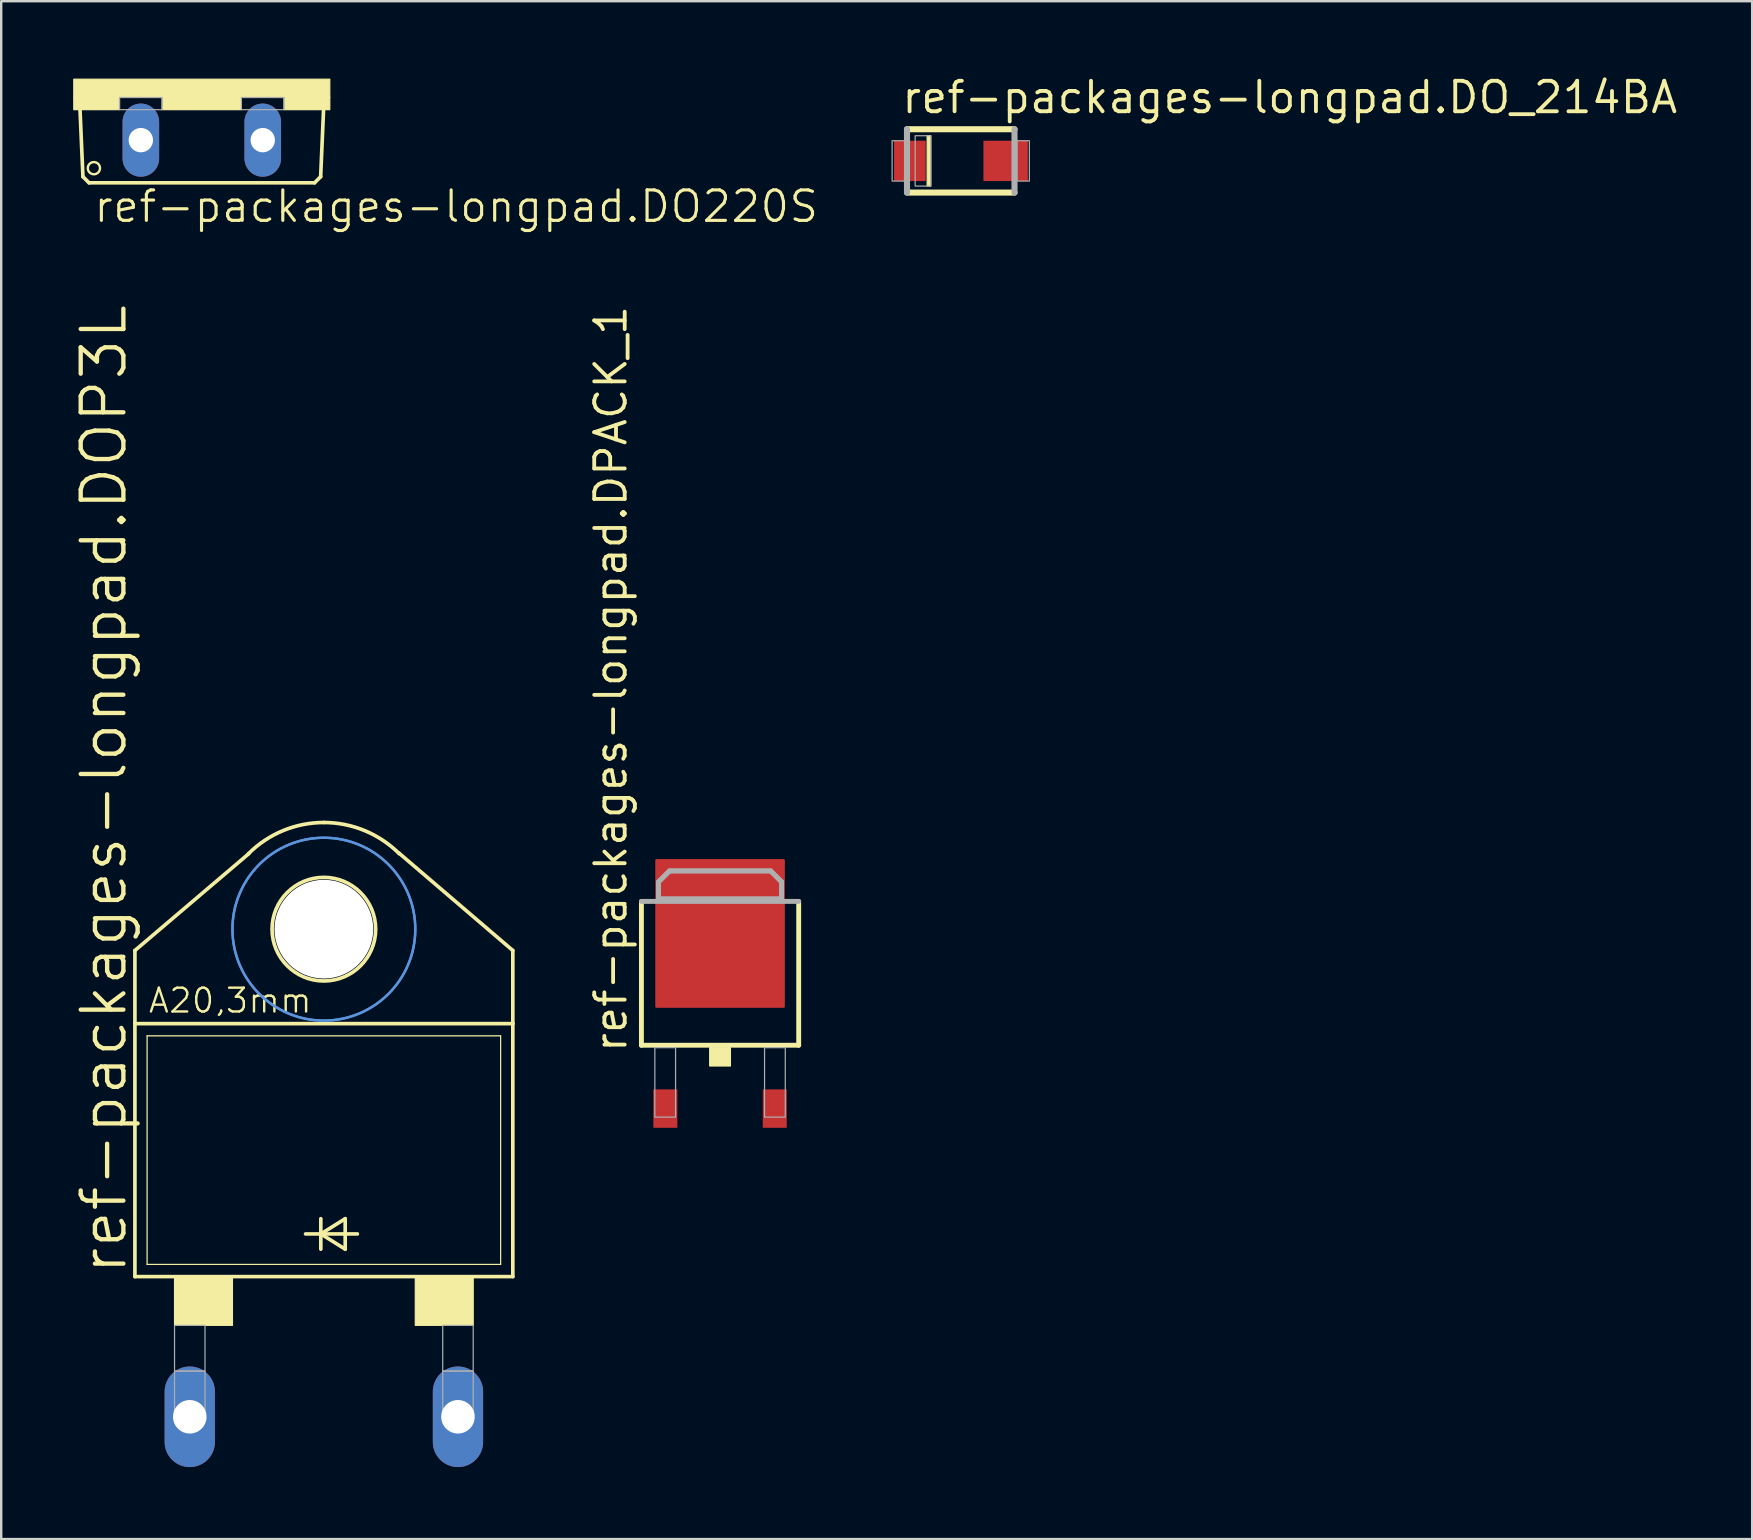
<source format=kicad_pcb>
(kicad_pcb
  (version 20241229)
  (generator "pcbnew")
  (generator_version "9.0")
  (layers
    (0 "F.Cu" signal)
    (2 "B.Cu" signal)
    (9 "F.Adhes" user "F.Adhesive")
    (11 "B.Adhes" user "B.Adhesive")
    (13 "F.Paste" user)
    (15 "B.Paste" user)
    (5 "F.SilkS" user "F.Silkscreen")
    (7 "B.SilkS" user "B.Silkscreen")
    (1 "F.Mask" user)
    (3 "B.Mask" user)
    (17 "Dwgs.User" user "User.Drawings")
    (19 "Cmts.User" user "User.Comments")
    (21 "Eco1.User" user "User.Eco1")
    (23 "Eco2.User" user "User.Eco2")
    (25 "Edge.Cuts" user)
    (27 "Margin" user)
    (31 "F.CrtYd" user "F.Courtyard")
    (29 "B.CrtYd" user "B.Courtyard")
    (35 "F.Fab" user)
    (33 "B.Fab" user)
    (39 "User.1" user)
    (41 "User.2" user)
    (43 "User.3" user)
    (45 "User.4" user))
  (footprint "ref-packages-longpad.DO_214BA"
    (layer "F.Cu")
    (at 36.986 3.655)
    (property "Reference" "ref-packages-longpad.DO_214BA" (at -2.54 -1.905 0) (layer "F.SilkS") (effects (font (size 1.27 1.27) (thickness 0.16)) (justify left bottom)))
    (attr smd)
    (fp_line (start -2.24 -1.32) (end 2.24 -1.32) (stroke (width 0.254) (type default)) (layer "F.SilkS"))
    (fp_line (start 2.24 1.32) (end -2.24 1.32) (stroke (width 0.254) (type default)) (layer "F.SilkS"))
    (fp_rect (start -1.4 1.05) (end -1.25 -1.05) (stroke (width 0.05) (type default)) (fill yes) (layer "F.SilkS"))
    (fp_line (start -2.24 1.32) (end -2.24 -1.32) (stroke (width 0.254) (type default)) (layer "F.Fab"))
    (fp_line (start 2.24 -1.32) (end 2.24 1.32) (stroke (width 0.254) (type default)) (layer "F.Fab"))
    (fp_rect (start -2.86 0.84) (end -2.32 -0.84) (stroke (width 0.05) (type default)) (fill no) (layer "F.Fab"))
    (fp_rect (start -1.9 1.05) (end -1.25 -1.05) (stroke (width 0.05) (type default)) (fill no) (layer "F.Fab"))
    (fp_rect (start 2.34 0.84) (end 2.86 -0.84) (stroke (width 0.05) (type default)) (fill no) (layer "F.Fab"))
    (pad "A" smd roundrect (at 1.87 0) (size 1.85 1.68) (layers "F.Cu" "F.Mask" "F.Paste") (roundrect_rratio 0.01))
    (pad "C" smd roundrect (at -2.12 0) (size 1.32 1.68) (layers "F.Cu" "F.Mask" "F.Paste") (roundrect_rratio 0.01)))
  (footprint "ref-packages-longpad.DPACK_1"
    (layer "F.Cu")
    (at 26.956 38.348)
    (property "Reference" "ref-packages-longpad.DPACK_1" (at -3.81 2.54 90) (layer "F.SilkS") (effects (font (size 1.27 1.27) (thickness 0.16)) (justify left bottom)))
    (attr smd)
    (fp_line (start -3.277 2.159) (end -3.277 -3.835) (stroke (width 0.203) (type default)) (layer "F.SilkS"))
    (fp_line (start 3.277 -3.835) (end 3.277 2.159) (stroke (width 0.203) (type default)) (layer "F.SilkS"))
    (fp_line (start 3.277 2.159) (end -3.277 2.159) (stroke (width 0.203) (type default)) (layer "F.SilkS"))
    (fp_rect (start -0.432 3.023) (end 0.432 2.261) (stroke (width 0.05) (type default)) (fill yes) (layer "F.SilkS"))
    (fp_line (start -3.277 -3.835) (end 3.277 -3.835) (stroke (width 0.203) (type default)) (layer "F.Fab"))
    (fp_line (start -2.565 -4.648) (end -2.108 -5.105) (stroke (width 0.203) (type default)) (layer "F.Fab"))
    (fp_line (start -2.565 -3.937) (end -2.565 -4.648) (stroke (width 0.203) (type default)) (layer "F.Fab"))
    (fp_line (start -2.108 -5.105) (end 2.108 -5.105) (stroke (width 0.203) (type default)) (layer "F.Fab"))
    (fp_line (start 2.108 -5.105) (end 2.565 -4.648) (stroke (width 0.203) (type default)) (layer "F.Fab"))
    (fp_line (start 2.565 -4.648) (end 2.565 -3.937) (stroke (width 0.203) (type default)) (layer "F.Fab"))
    (fp_line (start 2.565 -3.937) (end -2.565 -3.937) (stroke (width 0.203) (type default)) (layer "F.Fab"))
    (fp_rect (start -2.718 5.156) (end -1.854 2.261) (stroke (width 0.05) (type default)) (fill no) (layer "F.Fab"))
    (fp_rect (start 1.854 5.156) (end 2.718 2.261) (stroke (width 0.05) (type default)) (fill no) (layer "F.Fab"))
    (fp_poly (pts (xy -2.565 -3.937) (xy -2.565 -4.648) (xy -2.108 -5.105) (xy 2.108 -5.105) (xy 2.565 -4.648) (xy 2.565 -3.937)) (stroke (width 0.2) (type default)) (fill no) (layer "F.Fab"))
    (pad "B" smd roundrect (at -2.28 4.8) (size 1 1.6) (layers "F.Cu" "F.Mask" "F.Paste") (roundrect_rratio 0.01))
    (pad "C" smd roundrect (at 0 -2.5) (size 5.4 6.2) (layers "F.Cu" "F.Mask" "F.Paste") (roundrect_rratio 0.01))
    (pad "E" smd roundrect (at 2.28 4.8) (size 1 1.6) (layers "F.Cu" "F.Mask" "F.Paste") (roundrect_rratio 0.01)))
  (footprint "ref-packages-longpad.DOP3L"
    (layer "F.Cu")
    (at 10.446 48.37)
    (property "Reference" "ref-packages-longpad.DOP3L" (at -8.128 1.778 90) (layer "F.SilkS") (effects (font (size 1.778 1.778) (thickness 0.18)) (justify left bottom)))
    (attr through_hole)
    (fp_line (start -7.874 -11.811) (end -3.124 -15.85) (stroke (width 0.152) (type default)) (layer "F.SilkS"))
    (fp_line (start -7.874 -8.763) (end -7.874 -11.811) (stroke (width 0.152) (type default)) (layer "F.SilkS"))
    (fp_line (start -7.874 1.778) (end -7.874 -8.763) (stroke (width 0.152) (type default)) (layer "F.SilkS"))
    (fp_line (start -7.874 1.778) (end 7.874 1.778) (stroke (width 0.152) (type default)) (layer "F.SilkS"))
    (fp_line (start -7.366 1.27) (end -7.366 -8.255) (stroke (width 0.051) (type default)) (layer "F.SilkS"))
    (fp_line (start -7.366 1.27) (end 7.366 1.27) (stroke (width 0.051) (type default)) (layer "F.SilkS"))
    (fp_line (start -0.762 0) (end -0.127 0) (stroke (width 0.152) (type default)) (layer "F.SilkS"))
    (fp_line (start -0.127 -0.635) (end -0.127 0) (stroke (width 0.152) (type default)) (layer "F.SilkS"))
    (fp_line (start -0.127 0) (end -0.127 0.635) (stroke (width 0.152) (type default)) (layer "F.SilkS"))
    (fp_line (start -0.127 0) (end 0.889 -0.635) (stroke (width 0.152) (type default)) (layer "F.SilkS"))
    (fp_line (start -0.127 0) (end 1.397 0) (stroke (width 0.152) (type default)) (layer "F.SilkS"))
    (fp_line (start 0.889 -0.635) (end 0.889 0.635) (stroke (width 0.152) (type default)) (layer "F.SilkS"))
    (fp_line (start 0.889 0.635) (end -0.127 0) (stroke (width 0.152) (type default)) (layer "F.SilkS"))
    (fp_line (start 7.366 -8.255) (end -7.366 -8.255) (stroke (width 0.051) (type default)) (layer "F.SilkS"))
    (fp_line (start 7.366 -8.255) (end 7.366 1.27) (stroke (width 0.051) (type default)) (layer "F.SilkS"))
    (fp_line (start 7.874 -11.811) (end 3.124 -15.875) (stroke (width 0.152) (type default)) (layer "F.SilkS"))
    (fp_line (start 7.874 -8.763) (end -7.874 -8.763) (stroke (width 0.152) (type default)) (layer "F.SilkS"))
    (fp_line (start 7.874 -8.763) (end 7.874 -11.811) (stroke (width 0.152) (type default)) (layer "F.SilkS"))
    (fp_line (start 7.874 -8.763) (end 7.874 1.778) (stroke (width 0.152) (type default)) (layer "F.SilkS"))
    (fp_rect (start -6.223 3.81) (end -3.81 1.778) (stroke (width 0.05) (type default)) (fill yes) (layer "F.SilkS"))
    (fp_rect (start 3.81 3.81) (end 6.223 1.778) (stroke (width 0.05) (type default)) (fill yes) (layer "F.SilkS"))
    (fp_arc (start -3.1431 -15.8431) (mid -1.701032 -16.806651) (end 0 -17.145) (stroke (width 0.1524) (type default)) (layer "F.SilkS"))
    (fp_arc (start 0 -17.145) (mid 1.701032 -16.806651) (end 3.1431 -15.8431) (stroke (width 0.1524) (type default)) (layer "F.SilkS"))
    (fp_circle (center 0 -12.7) (end 2.159 -12.7) (stroke (width 0.152) (type default)) (fill no) (layer "F.SilkS"))
    (fp_circle (center 0 -12.7) (end 3.81 -12.7) (stroke (width 0.1) (type default)) (fill no) (layer "Cmts.User"))
    (fp_circle (center 0 -12.7) (end 3.81 -12.7) (stroke (width 0.1) (type default)) (fill no) (layer "Cmts.User"))
    (fp_rect (start -6.223 5.715) (end -4.953 3.81) (stroke (width 0.05) (type default)) (fill no) (layer "F.Fab"))
    (fp_rect (start -6.223 7.62) (end -4.953 5.715) (stroke (width 0.05) (type default)) (fill no) (layer "F.Fab"))
    (fp_rect (start 4.953 5.715) (end 6.223 3.81) (stroke (width 0.05) (type default)) (fill no) (layer "F.Fab"))
    (fp_rect (start 4.953 7.62) (end 6.223 5.715) (stroke (width 0.05) (type default)) (fill no) (layer "F.Fab"))
    (fp_text user "A20,3mm" (at -7.366 -9.144 0) (layer "F.SilkS") (effects (font (size 0.991 0.991) (thickness 0.1)) (justify left bottom)))
    (pad "" np_thru_hole circle (at 0 -12.7) (size 4.115 4.115) (drill 4.115) (layers "*.Cu" "*.Mask"))
    (pad "A" thru_hole oval (at 5.588 7.62 90) (size 4.191 2.095) (drill 1.397) (layers "*.Cu" "*.Mask"))
    (pad "C" thru_hole oval (at -5.588 7.62 90) (size 4.191 2.095) (drill 1.397) (layers "*.Cu" "*.Mask")))
  (footprint "ref-packages-longpad.DO220S"
    (layer "F.Cu")
    (at 5.359 0.25)
    (property "Reference" "ref-packages-longpad.DO220S" (at -4.572 6.045 0) (layer "F.SilkS") (effects (font (size 1.27 1.27) (thickness 0.13)) (justify left bottom)))
    (attr through_hole)
    (fp_line (start -4.953 4.064) (end -5.08 1.143) (stroke (width 0.152) (type default)) (layer "F.SilkS"))
    (fp_line (start -4.953 4.064) (end -4.699 4.318) (stroke (width 0.152) (type default)) (layer "F.SilkS"))
    (fp_line (start 4.699 4.318) (end -4.699 4.318) (stroke (width 0.152) (type default)) (layer "F.SilkS"))
    (fp_line (start 4.699 4.318) (end 4.953 4.064) (stroke (width 0.152) (type default)) (layer "F.SilkS"))
    (fp_line (start 5.08 1.143) (end 4.953 4.064) (stroke (width 0.152) (type default)) (layer "F.SilkS"))
    (fp_rect (start -5.334 0.762) (end 5.334 0) (stroke (width 0.05) (type default)) (fill yes) (layer "F.SilkS"))
    (fp_rect (start -5.334 1.27) (end -3.429 0.762) (stroke (width 0.05) (type default)) (fill yes) (layer "F.SilkS"))
    (fp_rect (start -1.651 1.27) (end 1.651 0.762) (stroke (width 0.05) (type default)) (fill yes) (layer "F.SilkS"))
    (fp_rect (start 3.429 1.27) (end 5.334 0.762) (stroke (width 0.05) (type default)) (fill yes) (layer "F.SilkS"))
    (fp_circle (center -4.496 3.708) (end -4.242 3.708) (stroke (width 0.1) (type default)) (fill no) (layer "F.SilkS"))
    (fp_rect (start -3.429 1.27) (end -1.651 0.762) (stroke (width 0.05) (type default)) (fill no) (layer "F.Fab"))
    (fp_rect (start 1.651 1.27) (end 3.429 0.762) (stroke (width 0.05) (type default)) (fill no) (layer "F.Fab"))
    (pad "A" thru_hole oval (at 2.54 2.54 90) (size 3.048 1.524) (drill 1.016) (layers "*.Cu" "*.Mask"))
    (pad "C" thru_hole oval (at -2.54 2.54 90) (size 3.048 1.524) (drill 1.016) (layers "*.Cu" "*.Mask")))
  (gr_rect
    (start -3 -3)
    (end 69.966 61.085)
    (stroke (width 0.1) (type default))
    (fill no)
    (layer "Edge.Cuts")))
</source>
